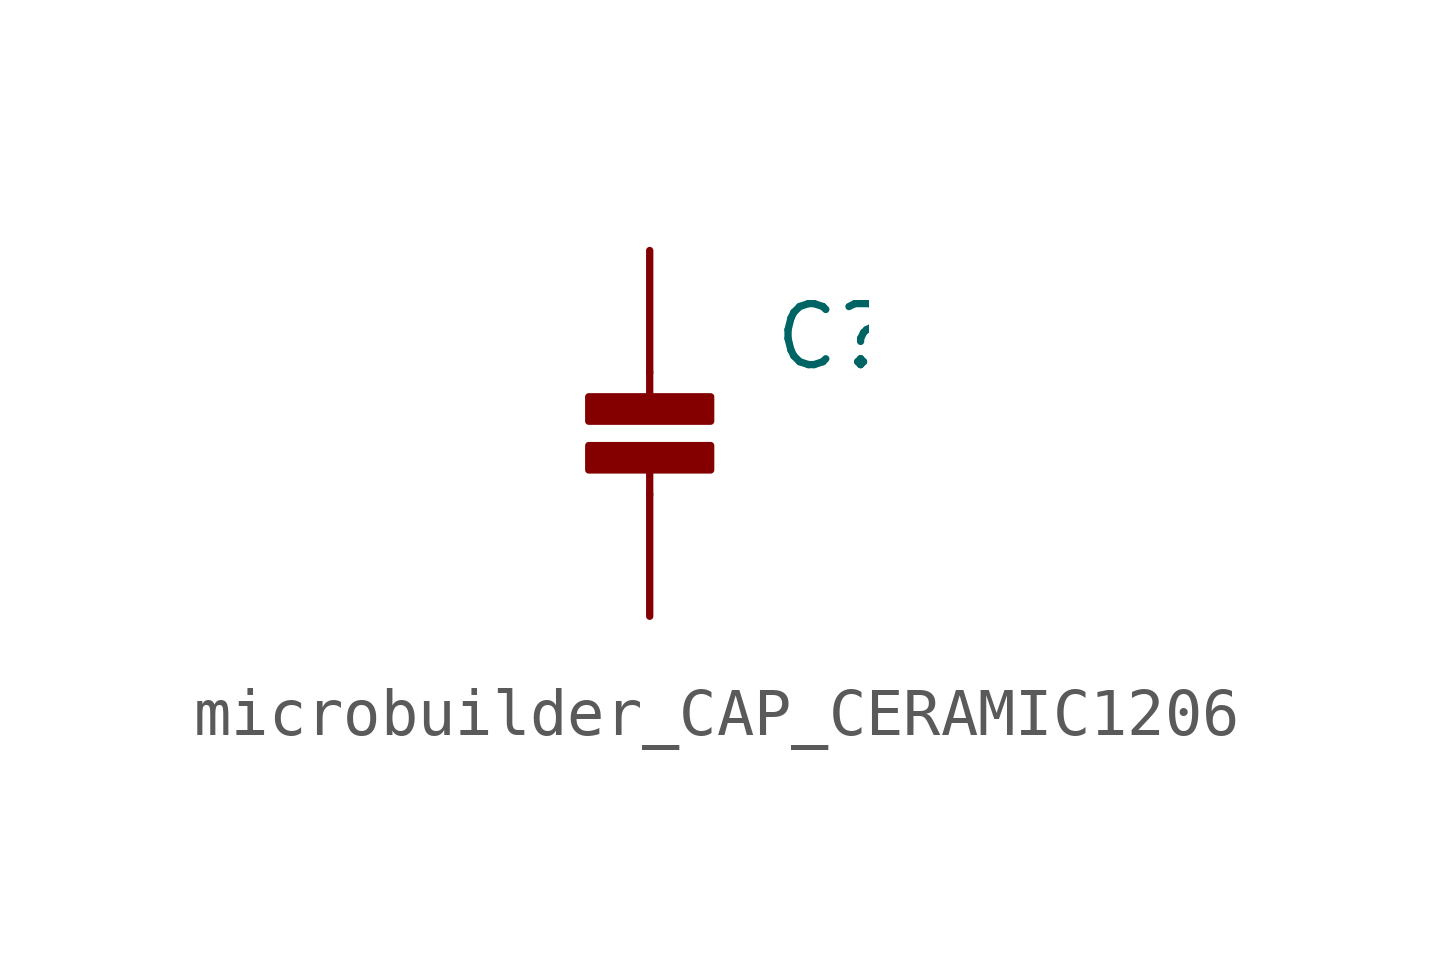
<source format=kicad_sym>
(kicad_symbol_lib
  (version 20220914)
  (generator kicad_symbol_editor)
  (symbol "microbuilder_CAP_CERAMIC1206"
    (property "Reference" "C"
      (at 2.54 2.54 0)
      (effects (font (size 1.27 1.27)) (justify left bottom)))
    (property "Value" ""
      (at 2.54 0 0)
      (effects (font (size 1.27 1.27)) (justify left bottom)))
    (property "ki_locked" ""
      (at 0 0 0)
      (effects (font (size 1.27 1.27))))
    (symbol "microbuilder_CAP_CERAMIC1206_1_0"
      (rectangle (start -1.27 0.508) (end 1.27 1.016) (stroke (width 0) (type default)) (fill (type outline)))
      (rectangle (start -1.27 1.524) (end 1.27 2.032) (stroke (width 0) (type default)) (fill (type outline)))
      (polyline (pts (xy 0 0.762) (xy 0 0)) (stroke (width 0.152) (type solid)) (fill (type none)))
      (polyline (pts (xy 0 2.54) (xy 0 1.778)) (stroke (width 0.152) (type solid)) (fill (type none)))
      (pin passive line (at 0 5.08 270) (length 2.54) (name "P$1" (effects (font (size 0 0)))) (number "1" (effects (font (size 0 0)))))
      (pin passive line (at 0 -2.54 90) (length 2.54) (name "P$2" (effects (font (size 0 0)))) (number "2" (effects (font (size 0 0))))))))
</source>
